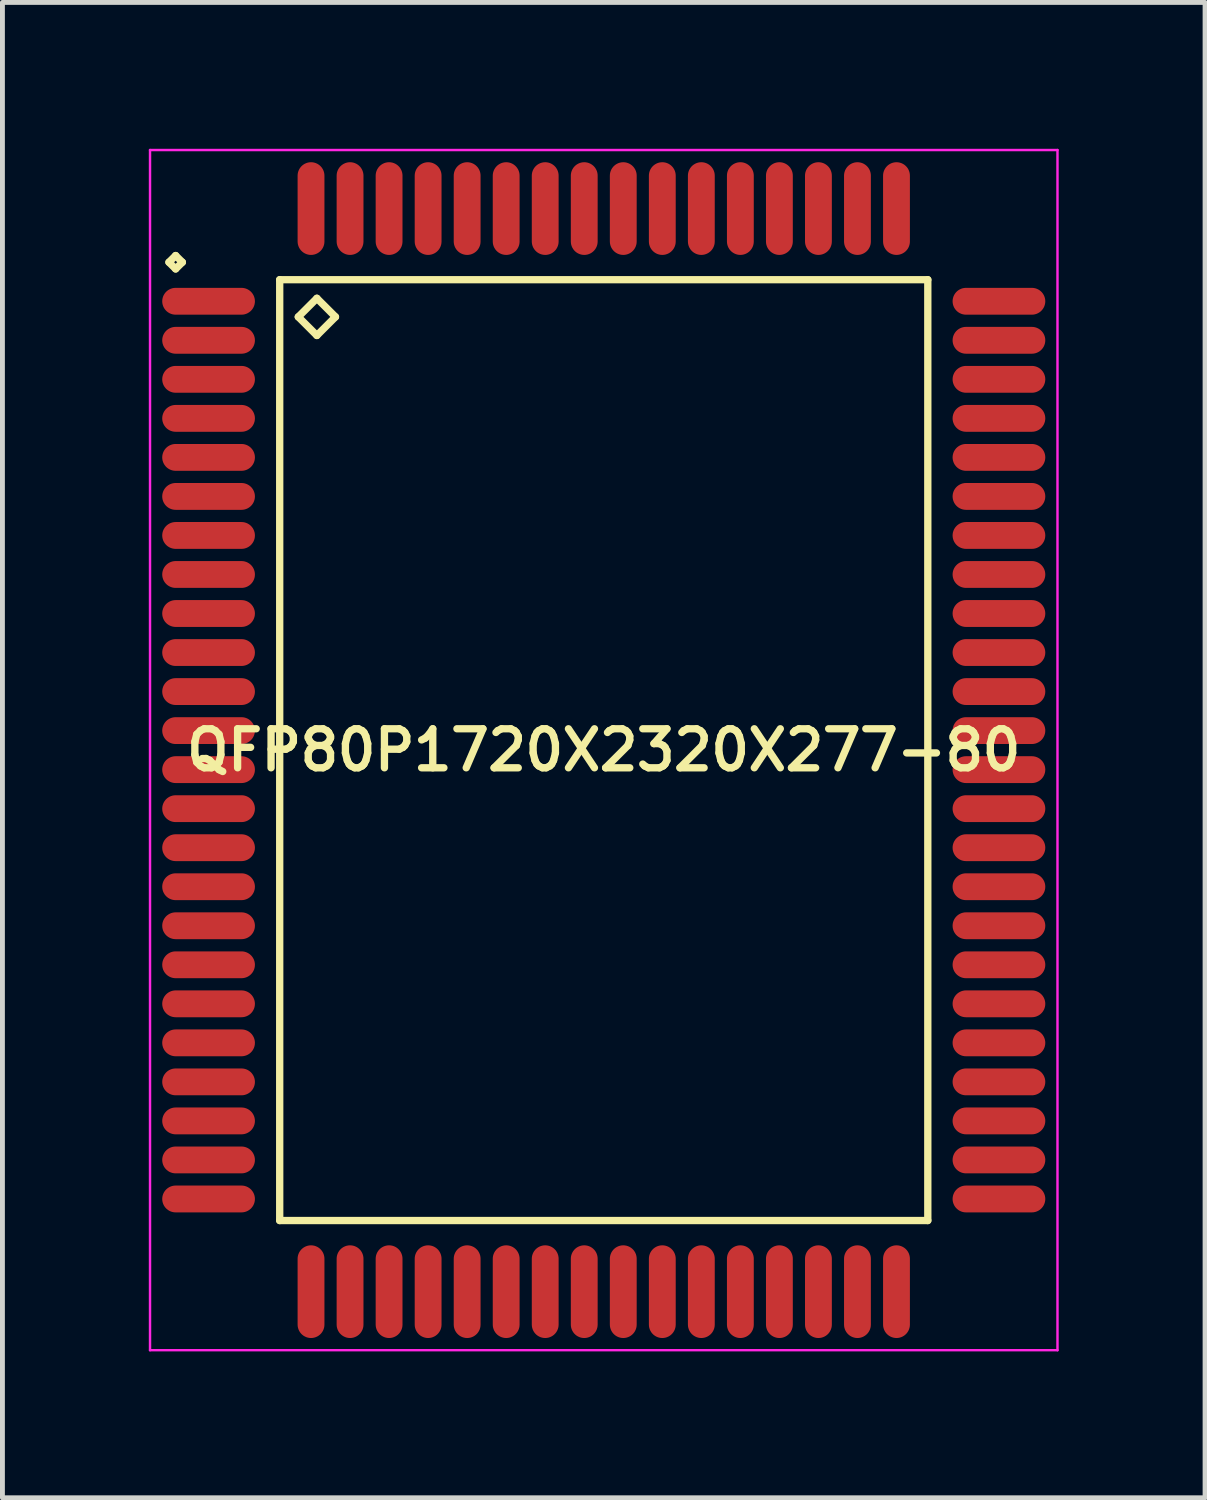
<source format=kicad_pcb>
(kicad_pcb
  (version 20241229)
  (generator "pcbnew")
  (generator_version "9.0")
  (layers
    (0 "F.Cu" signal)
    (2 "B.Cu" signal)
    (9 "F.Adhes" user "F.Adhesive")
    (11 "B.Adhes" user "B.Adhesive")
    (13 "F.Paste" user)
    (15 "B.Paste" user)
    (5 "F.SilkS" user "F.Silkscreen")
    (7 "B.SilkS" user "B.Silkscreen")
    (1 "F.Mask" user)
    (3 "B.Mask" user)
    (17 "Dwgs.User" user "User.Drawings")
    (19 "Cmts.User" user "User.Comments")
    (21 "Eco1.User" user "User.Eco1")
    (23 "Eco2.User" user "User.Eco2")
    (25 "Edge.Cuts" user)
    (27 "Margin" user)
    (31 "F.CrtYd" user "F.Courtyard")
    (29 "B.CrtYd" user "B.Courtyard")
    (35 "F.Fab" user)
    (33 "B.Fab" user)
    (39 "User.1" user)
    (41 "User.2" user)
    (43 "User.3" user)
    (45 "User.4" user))
  (footprint "QFP80P1720X2320X277-80"
    (layer "F.Cu")
    (at 9.325 12.325)
    (property "Reference" "QFP80P1720X2320X277-80" (at 0 0 0) (layer "F.SilkS") (effects (font (size 0.8 0.8) (thickness 0.15))))
    (attr smd)
    (fp_line (start -8.912 -10) (end -8.775 -10.137) (stroke (width 0.15) (type solid)) (layer "F.SilkS"))
    (fp_line (start -8.775 -10.137) (end -8.637 -10) (stroke (width 0.15) (type solid)) (layer "F.SilkS"))
    (fp_line (start -8.775 -9.863) (end -8.912 -10) (stroke (width 0.15) (type solid)) (layer "F.SilkS"))
    (fp_line (start -8.637 -10) (end -8.775 -9.863) (stroke (width 0.15) (type solid)) (layer "F.SilkS"))
    (fp_line (start -6.642 -9.642) (end -6.642 9.642) (stroke (width 0.15) (type solid)) (layer "F.SilkS"))
    (fp_line (start -6.642 9.642) (end 6.642 9.642) (stroke (width 0.15) (type solid)) (layer "F.SilkS"))
    (fp_line (start -6.261 -8.88) (end -5.88 -9.261) (stroke (width 0.15) (type solid)) (layer "F.SilkS"))
    (fp_line (start -5.88 -9.261) (end -5.499 -8.88) (stroke (width 0.15) (type solid)) (layer "F.SilkS"))
    (fp_line (start -5.88 -8.499) (end -6.261 -8.88) (stroke (width 0.15) (type solid)) (layer "F.SilkS"))
    (fp_line (start -5.499 -8.88) (end -5.88 -8.499) (stroke (width 0.15) (type solid)) (layer "F.SilkS"))
    (fp_line (start 6.642 -9.642) (end -6.642 -9.642) (stroke (width 0.15) (type solid)) (layer "F.SilkS"))
    (fp_line (start 6.642 9.642) (end 6.642 -9.642) (stroke (width 0.15) (type solid)) (layer "F.SilkS"))
    (fp_line (start -9.3 -12.3) (end 9.3 -12.3) (stroke (width 0.05) (type solid)) (layer "F.CrtYd"))
    (fp_line (start -9.3 12.3) (end -9.3 -12.3) (stroke (width 0.05) (type solid)) (layer "F.CrtYd"))
    (fp_line (start 9.3 -12.3) (end 9.3 12.3) (stroke (width 0.05) (type solid)) (layer "F.CrtYd"))
    (fp_line (start 9.3 12.3) (end -9.3 12.3) (stroke (width 0.05) (type solid)) (layer "F.CrtYd"))
    (pad "1" smd oval (at -8.1 -9.2) (size 1.9 0.55) (layers "F.Cu" "F.Mask" "F.Paste"))
    (pad "2" smd oval (at -8.1 -8.4) (size 1.9 0.55) (layers "F.Cu" "F.Mask" "F.Paste"))
    (pad "3" smd oval (at -8.1 -7.6) (size 1.9 0.55) (layers "F.Cu" "F.Mask" "F.Paste"))
    (pad "4" smd oval (at -8.1 -6.8) (size 1.9 0.55) (layers "F.Cu" "F.Mask" "F.Paste"))
    (pad "5" smd oval (at -8.1 -6) (size 1.9 0.55) (layers "F.Cu" "F.Mask" "F.Paste"))
    (pad "6" smd oval (at -8.1 -5.2) (size 1.9 0.55) (layers "F.Cu" "F.Mask" "F.Paste"))
    (pad "7" smd oval (at -8.1 -4.4) (size 1.9 0.55) (layers "F.Cu" "F.Mask" "F.Paste"))
    (pad "8" smd oval (at -8.1 -3.6) (size 1.9 0.55) (layers "F.Cu" "F.Mask" "F.Paste"))
    (pad "9" smd oval (at -8.1 -2.8) (size 1.9 0.55) (layers "F.Cu" "F.Mask" "F.Paste"))
    (pad "10" smd oval (at -8.1 -2) (size 1.9 0.55) (layers "F.Cu" "F.Mask" "F.Paste"))
    (pad "11" smd oval (at -8.1 -1.2) (size 1.9 0.55) (layers "F.Cu" "F.Mask" "F.Paste"))
    (pad "12" smd oval (at -8.1 -0.4) (size 1.9 0.55) (layers "F.Cu" "F.Mask" "F.Paste"))
    (pad "13" smd oval (at -8.1 0.4) (size 1.9 0.55) (layers "F.Cu" "F.Mask" "F.Paste"))
    (pad "14" smd oval (at -8.1 1.2) (size 1.9 0.55) (layers "F.Cu" "F.Mask" "F.Paste"))
    (pad "15" smd oval (at -8.1 2) (size 1.9 0.55) (layers "F.Cu" "F.Mask" "F.Paste"))
    (pad "16" smd oval (at -8.1 2.8) (size 1.9 0.55) (layers "F.Cu" "F.Mask" "F.Paste"))
    (pad "17" smd oval (at -8.1 3.6) (size 1.9 0.55) (layers "F.Cu" "F.Mask" "F.Paste"))
    (pad "18" smd oval (at -8.1 4.4) (size 1.9 0.55) (layers "F.Cu" "F.Mask" "F.Paste"))
    (pad "19" smd oval (at -8.1 5.2) (size 1.9 0.55) (layers "F.Cu" "F.Mask" "F.Paste"))
    (pad "20" smd oval (at -8.1 6) (size 1.9 0.55) (layers "F.Cu" "F.Mask" "F.Paste"))
    (pad "21" smd oval (at -8.1 6.8) (size 1.9 0.55) (layers "F.Cu" "F.Mask" "F.Paste"))
    (pad "22" smd oval (at -8.1 7.6) (size 1.9 0.55) (layers "F.Cu" "F.Mask" "F.Paste"))
    (pad "23" smd oval (at -8.1 8.4) (size 1.9 0.55) (layers "F.Cu" "F.Mask" "F.Paste"))
    (pad "24" smd oval (at -8.1 9.2) (size 1.9 0.55) (layers "F.Cu" "F.Mask" "F.Paste"))
    (pad "25" smd oval (at -6 11.1) (size 0.55 1.9) (layers "F.Cu" "F.Mask" "F.Paste"))
    (pad "26" smd oval (at -5.2 11.1) (size 0.55 1.9) (layers "F.Cu" "F.Mask" "F.Paste"))
    (pad "27" smd oval (at -4.4 11.1) (size 0.55 1.9) (layers "F.Cu" "F.Mask" "F.Paste"))
    (pad "28" smd oval (at -3.6 11.1) (size 0.55 1.9) (layers "F.Cu" "F.Mask" "F.Paste"))
    (pad "29" smd oval (at -2.8 11.1) (size 0.55 1.9) (layers "F.Cu" "F.Mask" "F.Paste"))
    (pad "30" smd oval (at -2 11.1) (size 0.55 1.9) (layers "F.Cu" "F.Mask" "F.Paste"))
    (pad "31" smd oval (at -1.2 11.1) (size 0.55 1.9) (layers "F.Cu" "F.Mask" "F.Paste"))
    (pad "32" smd oval (at -0.4 11.1) (size 0.55 1.9) (layers "F.Cu" "F.Mask" "F.Paste"))
    (pad "33" smd oval (at 0.4 11.1) (size 0.55 1.9) (layers "F.Cu" "F.Mask" "F.Paste"))
    (pad "34" smd oval (at 1.2 11.1) (size 0.55 1.9) (layers "F.Cu" "F.Mask" "F.Paste"))
    (pad "35" smd oval (at 2 11.1) (size 0.55 1.9) (layers "F.Cu" "F.Mask" "F.Paste"))
    (pad "36" smd oval (at 2.8 11.1) (size 0.55 1.9) (layers "F.Cu" "F.Mask" "F.Paste"))
    (pad "37" smd oval (at 3.6 11.1) (size 0.55 1.9) (layers "F.Cu" "F.Mask" "F.Paste"))
    (pad "38" smd oval (at 4.4 11.1) (size 0.55 1.9) (layers "F.Cu" "F.Mask" "F.Paste"))
    (pad "39" smd oval (at 5.2 11.1) (size 0.55 1.9) (layers "F.Cu" "F.Mask" "F.Paste"))
    (pad "40" smd oval (at 6 11.1) (size 0.55 1.9) (layers "F.Cu" "F.Mask" "F.Paste"))
    (pad "41" smd oval (at 8.1 9.2) (size 1.9 0.55) (layers "F.Cu" "F.Mask" "F.Paste"))
    (pad "42" smd oval (at 8.1 8.4) (size 1.9 0.55) (layers "F.Cu" "F.Mask" "F.Paste"))
    (pad "43" smd oval (at 8.1 7.6) (size 1.9 0.55) (layers "F.Cu" "F.Mask" "F.Paste"))
    (pad "44" smd oval (at 8.1 6.8) (size 1.9 0.55) (layers "F.Cu" "F.Mask" "F.Paste"))
    (pad "45" smd oval (at 8.1 6) (size 1.9 0.55) (layers "F.Cu" "F.Mask" "F.Paste"))
    (pad "46" smd oval (at 8.1 5.2) (size 1.9 0.55) (layers "F.Cu" "F.Mask" "F.Paste"))
    (pad "47" smd oval (at 8.1 4.4) (size 1.9 0.55) (layers "F.Cu" "F.Mask" "F.Paste"))
    (pad "48" smd oval (at 8.1 3.6) (size 1.9 0.55) (layers "F.Cu" "F.Mask" "F.Paste"))
    (pad "49" smd oval (at 8.1 2.8) (size 1.9 0.55) (layers "F.Cu" "F.Mask" "F.Paste"))
    (pad "50" smd oval (at 8.1 2) (size 1.9 0.55) (layers "F.Cu" "F.Mask" "F.Paste"))
    (pad "51" smd oval (at 8.1 1.2) (size 1.9 0.55) (layers "F.Cu" "F.Mask" "F.Paste"))
    (pad "52" smd oval (at 8.1 0.4) (size 1.9 0.55) (layers "F.Cu" "F.Mask" "F.Paste"))
    (pad "53" smd oval (at 8.1 -0.4) (size 1.9 0.55) (layers "F.Cu" "F.Mask" "F.Paste"))
    (pad "54" smd oval (at 8.1 -1.2) (size 1.9 0.55) (layers "F.Cu" "F.Mask" "F.Paste"))
    (pad "55" smd oval (at 8.1 -2) (size 1.9 0.55) (layers "F.Cu" "F.Mask" "F.Paste"))
    (pad "56" smd oval (at 8.1 -2.8) (size 1.9 0.55) (layers "F.Cu" "F.Mask" "F.Paste"))
    (pad "57" smd oval (at 8.1 -3.6) (size 1.9 0.55) (layers "F.Cu" "F.Mask" "F.Paste"))
    (pad "58" smd oval (at 8.1 -4.4) (size 1.9 0.55) (layers "F.Cu" "F.Mask" "F.Paste"))
    (pad "59" smd oval (at 8.1 -5.2) (size 1.9 0.55) (layers "F.Cu" "F.Mask" "F.Paste"))
    (pad "60" smd oval (at 8.1 -6) (size 1.9 0.55) (layers "F.Cu" "F.Mask" "F.Paste"))
    (pad "61" smd oval (at 8.1 -6.8) (size 1.9 0.55) (layers "F.Cu" "F.Mask" "F.Paste"))
    (pad "62" smd oval (at 8.1 -7.6) (size 1.9 0.55) (layers "F.Cu" "F.Mask" "F.Paste"))
    (pad "63" smd oval (at 8.1 -8.4) (size 1.9 0.55) (layers "F.Cu" "F.Mask" "F.Paste"))
    (pad "64" smd oval (at 8.1 -9.2) (size 1.9 0.55) (layers "F.Cu" "F.Mask" "F.Paste"))
    (pad "65" smd oval (at 6 -11.1) (size 0.55 1.9) (layers "F.Cu" "F.Mask" "F.Paste"))
    (pad "66" smd oval (at 5.2 -11.1) (size 0.55 1.9) (layers "F.Cu" "F.Mask" "F.Paste"))
    (pad "67" smd oval (at 4.4 -11.1) (size 0.55 1.9) (layers "F.Cu" "F.Mask" "F.Paste"))
    (pad "68" smd oval (at 3.6 -11.1) (size 0.55 1.9) (layers "F.Cu" "F.Mask" "F.Paste"))
    (pad "69" smd oval (at 2.8 -11.1) (size 0.55 1.9) (layers "F.Cu" "F.Mask" "F.Paste"))
    (pad "70" smd oval (at 2 -11.1) (size 0.55 1.9) (layers "F.Cu" "F.Mask" "F.Paste"))
    (pad "71" smd oval (at 1.2 -11.1) (size 0.55 1.9) (layers "F.Cu" "F.Mask" "F.Paste"))
    (pad "72" smd oval (at 0.4 -11.1) (size 0.55 1.9) (layers "F.Cu" "F.Mask" "F.Paste"))
    (pad "73" smd oval (at -0.4 -11.1) (size 0.55 1.9) (layers "F.Cu" "F.Mask" "F.Paste"))
    (pad "74" smd oval (at -1.2 -11.1) (size 0.55 1.9) (layers "F.Cu" "F.Mask" "F.Paste"))
    (pad "75" smd oval (at -2 -11.1) (size 0.55 1.9) (layers "F.Cu" "F.Mask" "F.Paste"))
    (pad "76" smd oval (at -2.8 -11.1) (size 0.55 1.9) (layers "F.Cu" "F.Mask" "F.Paste"))
    (pad "77" smd oval (at -3.6 -11.1) (size 0.55 1.9) (layers "F.Cu" "F.Mask" "F.Paste"))
    (pad "78" smd oval (at -4.4 -11.1) (size 0.55 1.9) (layers "F.Cu" "F.Mask" "F.Paste"))
    (pad "79" smd oval (at -5.2 -11.1) (size 0.55 1.9) (layers "F.Cu" "F.Mask" "F.Paste"))
    (pad "80" smd oval (at -6 -11.1) (size 0.55 1.9) (layers "F.Cu" "F.Mask" "F.Paste")))
  (gr_rect
    (start -3 -3)
    (end 21.65 27.65)
    (stroke (width 0.1) (type default))
    (fill no)
    (layer "Edge.Cuts")))
</source>
